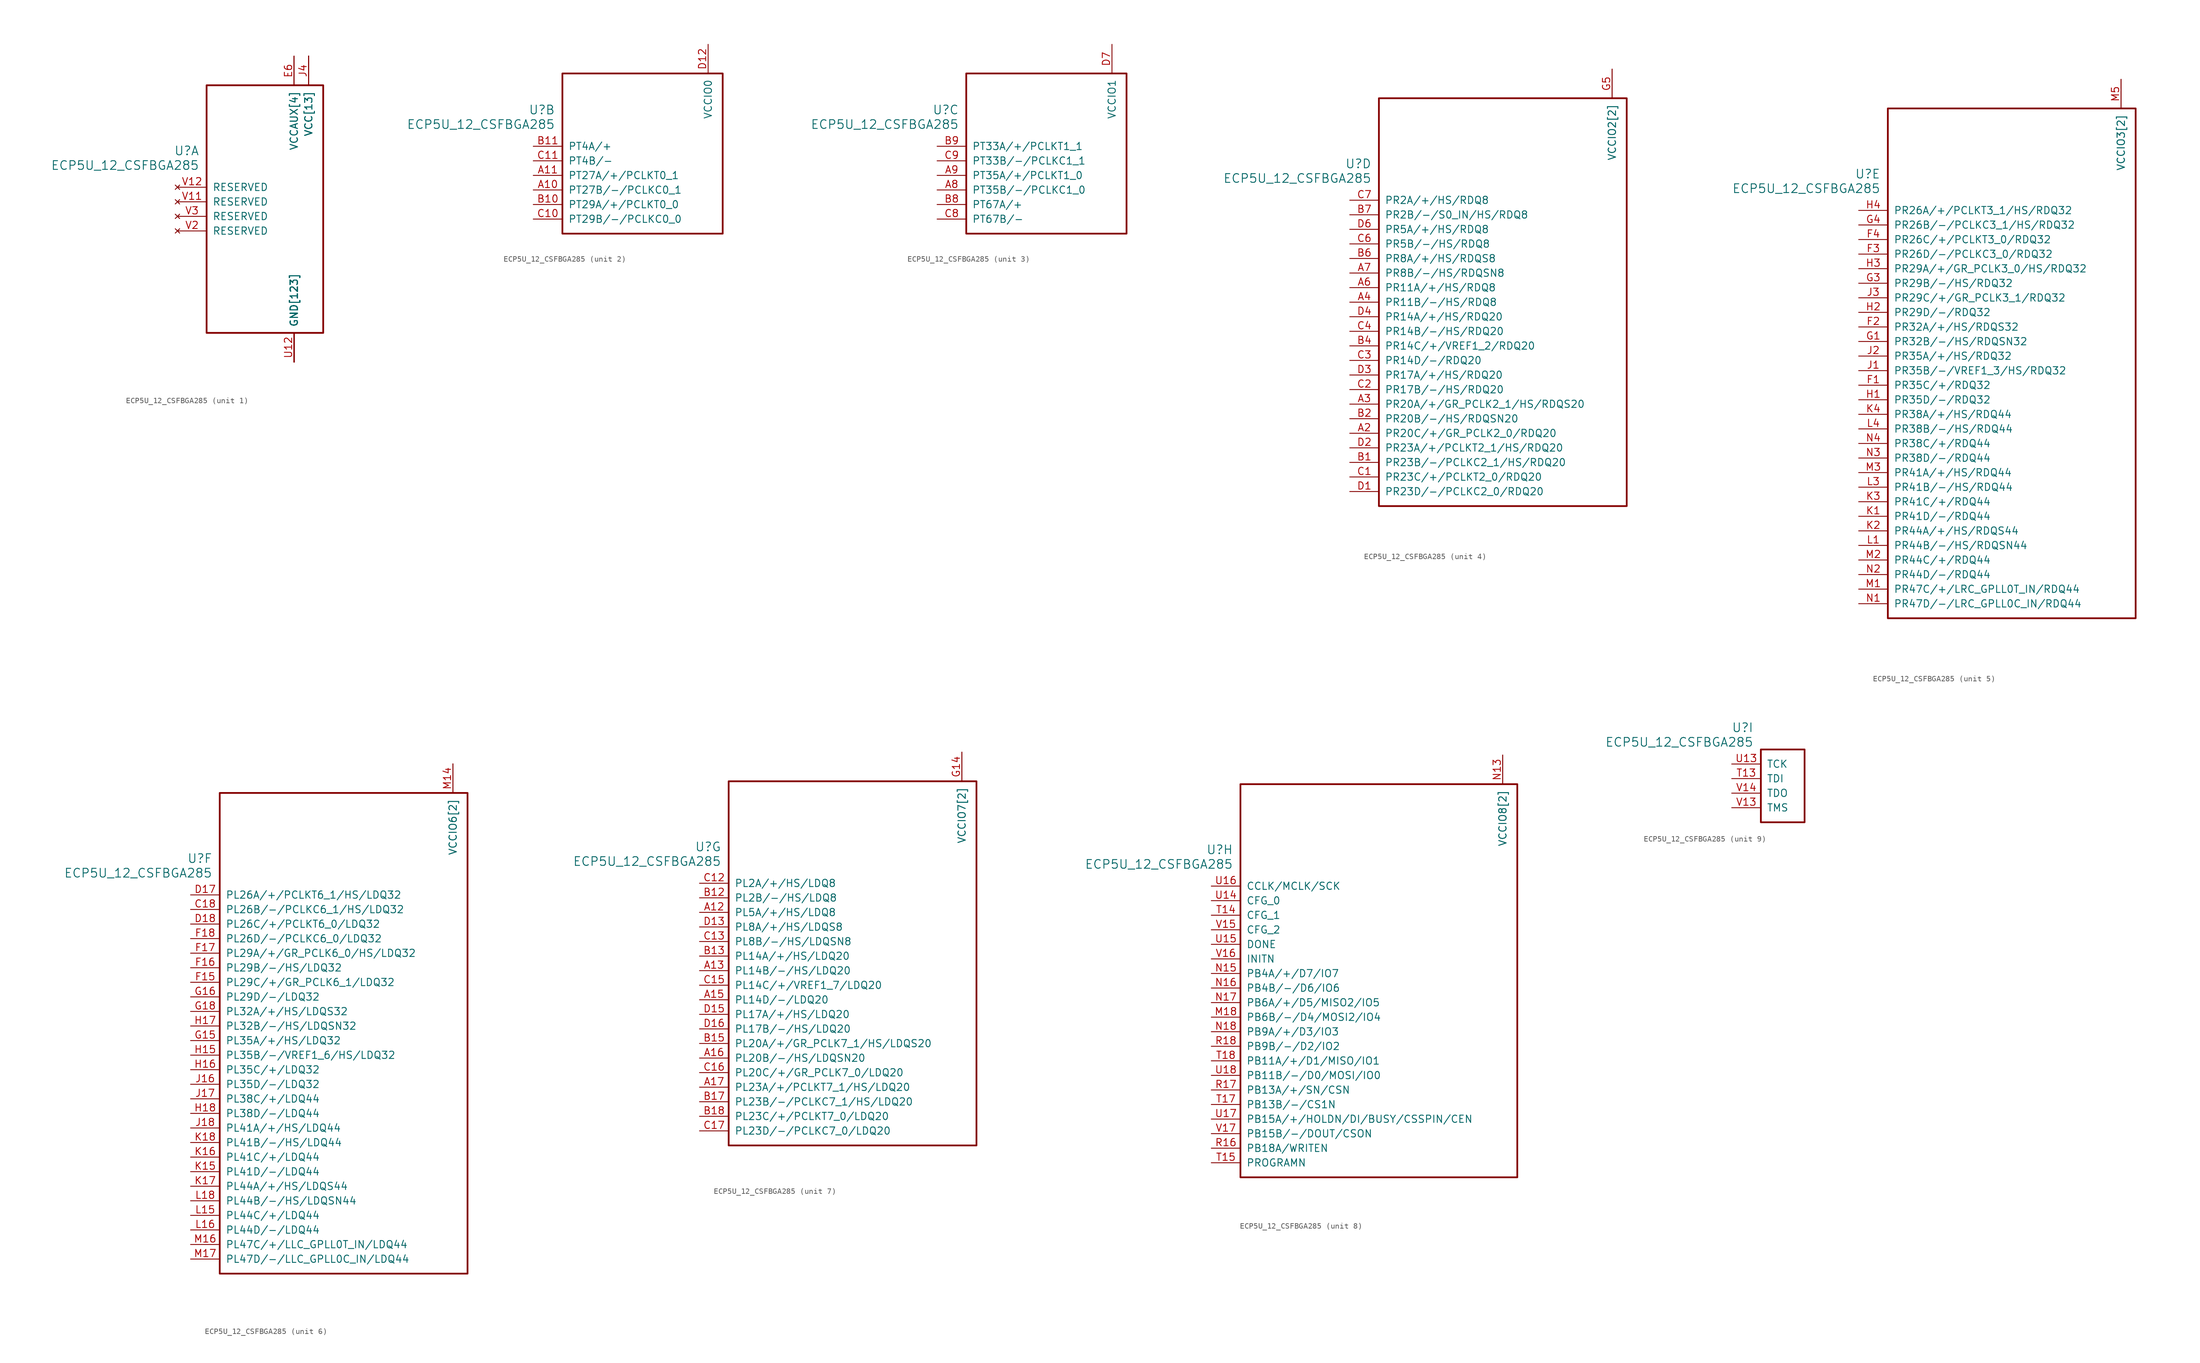
<source format=kicad_sym>
(kicad_symbol_lib
  (version 20241209)
  (generator "kicad_symbol_editor")
  (generator_version "9.0")
  (symbol "ECP5U_12_CSFBGA285"
    (pin_names
      (offset 1.016))
    (property "Reference" "U"
      (at 3.81 6.35 0)
      (effects (font (size 1.524 1.524)) (justify right)))
    (property "Value" "ECP5U_12_CSFBGA285"
      (at 3.81 3.81 0)
      (effects (font (size 1.524 1.524)) (justify right)))
    (property "ki_locked" ""
      (at 0 0 0)
      (effects (font (size 1.27 1.27))))
    (symbol "ECP5U_12_CSFBGA285_1_1"
      (rectangle (start 5.08 17.78) (end 25.4 -25.4) (stroke (width 0.305) (type solid)) (fill (type none)))
      (pin no_connect line (at 0 0 0) (length 5.08) (name "RESERVED" (effects (font (size 1.27 1.27)))) (number "V12" (effects (font (size 1.27 1.27)))))
      (pin no_connect line (at 0 -2.54 0) (length 5.08) (name "RESERVED" (effects (font (size 1.27 1.27)))) (number "V11" (effects (font (size 1.27 1.27)))))
      (pin no_connect line (at 0 -5.08 0) (length 5.08) (name "RESERVED" (effects (font (size 1.27 1.27)))) (number "V3" (effects (font (size 1.27 1.27)))))
      (pin no_connect line (at 0 -7.62 0) (length 5.08) (name "RESERVED" (effects (font (size 1.27 1.27)))) (number "V2" (effects (font (size 1.27 1.27)))))
      (pin power_in line (at 20.32 22.86 270) (length 5.08) (name "VCCAUX[4]" (effects (font (size 1.27 1.27)))) (number "E13" (effects (font (size 0 0)))))
      (pin power_in line (at 20.32 22.86 270) (length 5.08) (name "VCCAUX[4]" (effects (font (size 1.27 1.27)))) (number "E6" (effects (font (size 1.27 1.27)))))
      (pin power_in line (at 20.32 22.86 270) (length 5.08) (name "VCCAUX[4]" (effects (font (size 1.27 1.27)))) (number "N6" (effects (font (size 0 0)))))
      (pin power_in line (at 20.32 22.86 270) (length 5.08) (name "VCCAUX[4]" (effects (font (size 1.27 1.27)))) (number "P13" (effects (font (size 0 0)))))
      (pin power_in line (at 20.32 -30.48 90) (length 5.08) (name "GND[123]" (effects (font (size 1.27 1.27)))) (number "B16" (effects (font (size 0 0)))))
      (pin power_in line (at 20.32 -30.48 90) (length 5.08) (name "GND[123]" (effects (font (size 1.27 1.27)))) (number "B3" (effects (font (size 0 0)))))
      (pin power_in line (at 20.32 -30.48 90) (length 5.08) (name "GND[123]" (effects (font (size 1.27 1.27)))) (number "E10" (effects (font (size 0 0)))))
      (pin power_in line (at 20.32 -30.48 90) (length 5.08) (name "GND[123]" (effects (font (size 1.27 1.27)))) (number "E11" (effects (font (size 0 0)))))
      (pin power_in line (at 20.32 -30.48 90) (length 5.08) (name "GND[123]" (effects (font (size 1.27 1.27)))) (number "E12" (effects (font (size 0 0)))))
      (pin power_in line (at 20.32 -30.48 90) (length 5.08) (name "GND[123]" (effects (font (size 1.27 1.27)))) (number "E14" (effects (font (size 0 0)))))
      (pin power_in line (at 20.32 -30.48 90) (length 5.08) (name "GND[123]" (effects (font (size 1.27 1.27)))) (number "E5" (effects (font (size 0 0)))))
      (pin power_in line (at 20.32 -30.48 90) (length 5.08) (name "GND[123]" (effects (font (size 1.27 1.27)))) (number "E7" (effects (font (size 0 0)))))
      (pin power_in line (at 20.32 -30.48 90) (length 5.08) (name "GND[123]" (effects (font (size 1.27 1.27)))) (number "E8" (effects (font (size 0 0)))))
      (pin power_in line (at 20.32 -30.48 90) (length 5.08) (name "GND[123]" (effects (font (size 1.27 1.27)))) (number "E9" (effects (font (size 0 0)))))
      (pin power_in line (at 20.32 -30.48 90) (length 5.08) (name "GND[123]" (effects (font (size 1.27 1.27)))) (number "F10" (effects (font (size 0 0)))))
      (pin power_in line (at 20.32 -30.48 90) (length 5.08) (name "GND[123]" (effects (font (size 1.27 1.27)))) (number "F11" (effects (font (size 0 0)))))
      (pin power_in line (at 20.32 -30.48 90) (length 5.08) (name "GND[123]" (effects (font (size 1.27 1.27)))) (number "F12" (effects (font (size 0 0)))))
      (pin power_in line (at 20.32 -30.48 90) (length 5.08) (name "GND[123]" (effects (font (size 1.27 1.27)))) (number "F13" (effects (font (size 0 0)))))
      (pin power_in line (at 20.32 -30.48 90) (length 5.08) (name "GND[123]" (effects (font (size 1.27 1.27)))) (number "F14" (effects (font (size 0 0)))))
      (pin power_in line (at 20.32 -30.48 90) (length 5.08) (name "GND[123]" (effects (font (size 1.27 1.27)))) (number "F5" (effects (font (size 0 0)))))
      (pin power_in line (at 20.32 -30.48 90) (length 5.08) (name "GND[123]" (effects (font (size 1.27 1.27)))) (number "F6" (effects (font (size 0 0)))))
      (pin power_in line (at 20.32 -30.48 90) (length 5.08) (name "GND[123]" (effects (font (size 1.27 1.27)))) (number "F7" (effects (font (size 0 0)))))
      (pin power_in line (at 20.32 -30.48 90) (length 5.08) (name "GND[123]" (effects (font (size 1.27 1.27)))) (number "F8" (effects (font (size 0 0)))))
      (pin power_in line (at 20.32 -30.48 90) (length 5.08) (name "GND[123]" (effects (font (size 1.27 1.27)))) (number "F9" (effects (font (size 0 0)))))
      (pin power_in line (at 20.32 -30.48 90) (length 5.08) (name "GND[123]" (effects (font (size 1.27 1.27)))) (number "G10" (effects (font (size 0 0)))))
      (pin power_in line (at 20.32 -30.48 90) (length 5.08) (name "GND[123]" (effects (font (size 1.27 1.27)))) (number "G11" (effects (font (size 0 0)))))
      (pin power_in line (at 20.32 -30.48 90) (length 5.08) (name "GND[123]" (effects (font (size 1.27 1.27)))) (number "G12" (effects (font (size 0 0)))))
      (pin power_in line (at 20.32 -30.48 90) (length 5.08) (name "GND[123]" (effects (font (size 1.27 1.27)))) (number "G13" (effects (font (size 0 0)))))
      (pin power_in line (at 20.32 -30.48 90) (length 5.08) (name "GND[123]" (effects (font (size 1.27 1.27)))) (number "G17" (effects (font (size 0 0)))))
      (pin power_in line (at 20.32 -30.48 90) (length 5.08) (name "GND[123]" (effects (font (size 1.27 1.27)))) (number "G2" (effects (font (size 0 0)))))
      (pin power_in line (at 20.32 -30.48 90) (length 5.08) (name "GND[123]" (effects (font (size 1.27 1.27)))) (number "G6" (effects (font (size 0 0)))))
      (pin power_in line (at 20.32 -30.48 90) (length 5.08) (name "GND[123]" (effects (font (size 1.27 1.27)))) (number "G7" (effects (font (size 0 0)))))
      (pin power_in line (at 20.32 -30.48 90) (length 5.08) (name "GND[123]" (effects (font (size 1.27 1.27)))) (number "G8" (effects (font (size 0 0)))))
      (pin power_in line (at 20.32 -30.48 90) (length 5.08) (name "GND[123]" (effects (font (size 1.27 1.27)))) (number "G9" (effects (font (size 0 0)))))
      (pin power_in line (at 20.32 -30.48 90) (length 5.08) (name "GND[123]" (effects (font (size 1.27 1.27)))) (number "H10" (effects (font (size 0 0)))))
      (pin power_in line (at 20.32 -30.48 90) (length 5.08) (name "GND[123]" (effects (font (size 1.27 1.27)))) (number "H11" (effects (font (size 0 0)))))
      (pin power_in line (at 20.32 -30.48 90) (length 5.08) (name "GND[123]" (effects (font (size 1.27 1.27)))) (number "H12" (effects (font (size 0 0)))))
      (pin power_in line (at 20.32 -30.48 90) (length 5.08) (name "GND[123]" (effects (font (size 1.27 1.27)))) (number "H13" (effects (font (size 0 0)))))
      (pin power_in line (at 20.32 -30.48 90) (length 5.08) (name "GND[123]" (effects (font (size 1.27 1.27)))) (number "H6" (effects (font (size 0 0)))))
      (pin power_in line (at 20.32 -30.48 90) (length 5.08) (name "GND[123]" (effects (font (size 1.27 1.27)))) (number "H7" (effects (font (size 0 0)))))
      (pin power_in line (at 20.32 -30.48 90) (length 5.08) (name "GND[123]" (effects (font (size 1.27 1.27)))) (number "H8" (effects (font (size 0 0)))))
      (pin power_in line (at 20.32 -30.48 90) (length 5.08) (name "GND[123]" (effects (font (size 1.27 1.27)))) (number "H9" (effects (font (size 0 0)))))
      (pin power_in line (at 20.32 -30.48 90) (length 5.08) (name "GND[123]" (effects (font (size 1.27 1.27)))) (number "J10" (effects (font (size 0 0)))))
      (pin power_in line (at 20.32 -30.48 90) (length 5.08) (name "GND[123]" (effects (font (size 1.27 1.27)))) (number "J11" (effects (font (size 0 0)))))
      (pin power_in line (at 20.32 -30.48 90) (length 5.08) (name "GND[123]" (effects (font (size 1.27 1.27)))) (number "J12" (effects (font (size 0 0)))))
      (pin power_in line (at 20.32 -30.48 90) (length 5.08) (name "GND[123]" (effects (font (size 1.27 1.27)))) (number "J13" (effects (font (size 0 0)))))
      (pin power_in line (at 20.32 -30.48 90) (length 5.08) (name "GND[123]" (effects (font (size 1.27 1.27)))) (number "J6" (effects (font (size 0 0)))))
      (pin power_in line (at 20.32 -30.48 90) (length 5.08) (name "GND[123]" (effects (font (size 1.27 1.27)))) (number "J7" (effects (font (size 0 0)))))
      (pin power_in line (at 20.32 -30.48 90) (length 5.08) (name "GND[123]" (effects (font (size 1.27 1.27)))) (number "J8" (effects (font (size 0 0)))))
      (pin power_in line (at 20.32 -30.48 90) (length 5.08) (name "GND[123]" (effects (font (size 1.27 1.27)))) (number "J9" (effects (font (size 0 0)))))
      (pin power_in line (at 20.32 -30.48 90) (length 5.08) (name "GND[123]" (effects (font (size 1.27 1.27)))) (number "K10" (effects (font (size 0 0)))))
      (pin power_in line (at 20.32 -30.48 90) (length 5.08) (name "GND[123]" (effects (font (size 1.27 1.27)))) (number "K11" (effects (font (size 0 0)))))
      (pin power_in line (at 20.32 -30.48 90) (length 5.08) (name "GND[123]" (effects (font (size 1.27 1.27)))) (number "K12" (effects (font (size 0 0)))))
      (pin power_in line (at 20.32 -30.48 90) (length 5.08) (name "GND[123]" (effects (font (size 1.27 1.27)))) (number "K13" (effects (font (size 0 0)))))
      (pin power_in line (at 20.32 -30.48 90) (length 5.08) (name "GND[123]" (effects (font (size 1.27 1.27)))) (number "K14" (effects (font (size 0 0)))))
      (pin power_in line (at 20.32 -30.48 90) (length 5.08) (name "GND[123]" (effects (font (size 1.27 1.27)))) (number "K5" (effects (font (size 0 0)))))
      (pin power_in line (at 20.32 -30.48 90) (length 5.08) (name "GND[123]" (effects (font (size 1.27 1.27)))) (number "K6" (effects (font (size 0 0)))))
      (pin power_in line (at 20.32 -30.48 90) (length 5.08) (name "GND[123]" (effects (font (size 1.27 1.27)))) (number "K7" (effects (font (size 0 0)))))
      (pin power_in line (at 20.32 -30.48 90) (length 5.08) (name "GND[123]" (effects (font (size 1.27 1.27)))) (number "K8" (effects (font (size 0 0)))))
      (pin power_in line (at 20.32 -30.48 90) (length 5.08) (name "GND[123]" (effects (font (size 1.27 1.27)))) (number "K9" (effects (font (size 0 0)))))
      (pin power_in line (at 20.32 -30.48 90) (length 5.08) (name "GND[123]" (effects (font (size 1.27 1.27)))) (number "L10" (effects (font (size 0 0)))))
      (pin power_in line (at 20.32 -30.48 90) (length 5.08) (name "GND[123]" (effects (font (size 1.27 1.27)))) (number "L11" (effects (font (size 0 0)))))
      (pin power_in line (at 20.32 -30.48 90) (length 5.08) (name "GND[123]" (effects (font (size 1.27 1.27)))) (number "L12" (effects (font (size 0 0)))))
      (pin power_in line (at 20.32 -30.48 90) (length 5.08) (name "GND[123]" (effects (font (size 1.27 1.27)))) (number "L13" (effects (font (size 0 0)))))
      (pin power_in line (at 20.32 -30.48 90) (length 5.08) (name "GND[123]" (effects (font (size 1.27 1.27)))) (number "L14" (effects (font (size 0 0)))))
      (pin power_in line (at 20.32 -30.48 90) (length 5.08) (name "GND[123]" (effects (font (size 1.27 1.27)))) (number "L17" (effects (font (size 0 0)))))
      (pin power_in line (at 20.32 -30.48 90) (length 5.08) (name "GND[123]" (effects (font (size 1.27 1.27)))) (number "L2" (effects (font (size 0 0)))))
      (pin power_in line (at 20.32 -30.48 90) (length 5.08) (name "GND[123]" (effects (font (size 1.27 1.27)))) (number "L5" (effects (font (size 0 0)))))
      (pin power_in line (at 20.32 -30.48 90) (length 5.08) (name "GND[123]" (effects (font (size 1.27 1.27)))) (number "L6" (effects (font (size 0 0)))))
      (pin power_in line (at 20.32 -30.48 90) (length 5.08) (name "GND[123]" (effects (font (size 1.27 1.27)))) (number "L7" (effects (font (size 0 0)))))
      (pin power_in line (at 20.32 -30.48 90) (length 5.08) (name "GND[123]" (effects (font (size 1.27 1.27)))) (number "L8" (effects (font (size 0 0)))))
      (pin power_in line (at 20.32 -30.48 90) (length 5.08) (name "GND[123]" (effects (font (size 1.27 1.27)))) (number "L9" (effects (font (size 0 0)))))
      (pin power_in line (at 20.32 -30.48 90) (length 5.08) (name "GND[123]" (effects (font (size 1.27 1.27)))) (number "M10" (effects (font (size 0 0)))))
      (pin power_in line (at 20.32 -30.48 90) (length 5.08) (name "GND[123]" (effects (font (size 1.27 1.27)))) (number "M11" (effects (font (size 0 0)))))
      (pin power_in line (at 20.32 -30.48 90) (length 5.08) (name "GND[123]" (effects (font (size 1.27 1.27)))) (number "M12" (effects (font (size 0 0)))))
      (pin power_in line (at 20.32 -30.48 90) (length 5.08) (name "GND[123]" (effects (font (size 1.27 1.27)))) (number "M13" (effects (font (size 0 0)))))
      (pin power_in line (at 20.32 -30.48 90) (length 5.08) (name "GND[123]" (effects (font (size 1.27 1.27)))) (number "M6" (effects (font (size 0 0)))))
      (pin power_in line (at 20.32 -30.48 90) (length 5.08) (name "GND[123]" (effects (font (size 1.27 1.27)))) (number "M7" (effects (font (size 0 0)))))
      (pin power_in line (at 20.32 -30.48 90) (length 5.08) (name "GND[123]" (effects (font (size 1.27 1.27)))) (number "M8" (effects (font (size 0 0)))))
      (pin power_in line (at 20.32 -30.48 90) (length 5.08) (name "GND[123]" (effects (font (size 1.27 1.27)))) (number "M9" (effects (font (size 0 0)))))
      (pin power_in line (at 20.32 -30.48 90) (length 5.08) (name "GND[123]" (effects (font (size 1.27 1.27)))) (number "N10" (effects (font (size 0 0)))))
      (pin power_in line (at 20.32 -30.48 90) (length 5.08) (name "GND[123]" (effects (font (size 1.27 1.27)))) (number "N11" (effects (font (size 0 0)))))
      (pin power_in line (at 20.32 -30.48 90) (length 5.08) (name "GND[123]" (effects (font (size 1.27 1.27)))) (number "N12" (effects (font (size 0 0)))))
      (pin power_in line (at 20.32 -30.48 90) (length 5.08) (name "GND[123]" (effects (font (size 1.27 1.27)))) (number "N7" (effects (font (size 0 0)))))
      (pin power_in line (at 20.32 -30.48 90) (length 5.08) (name "GND[123]" (effects (font (size 1.27 1.27)))) (number "N8" (effects (font (size 0 0)))))
      (pin power_in line (at 20.32 -30.48 90) (length 5.08) (name "GND[123]" (effects (font (size 1.27 1.27)))) (number "N9" (effects (font (size 0 0)))))
      (pin power_in line (at 20.32 -30.48 90) (length 5.08) (name "GND[123]" (effects (font (size 1.27 1.27)))) (number "P10" (effects (font (size 0 0)))))
      (pin power_in line (at 20.32 -30.48 90) (length 5.08) (name "GND[123]" (effects (font (size 1.27 1.27)))) (number "P12" (effects (font (size 0 0)))))
      (pin power_in line (at 20.32 -30.48 90) (length 5.08) (name "GND[123]" (effects (font (size 1.27 1.27)))) (number "P5" (effects (font (size 0 0)))))
      (pin power_in line (at 20.32 -30.48 90) (length 5.08) (name "GND[123]" (effects (font (size 1.27 1.27)))) (number "P6" (effects (font (size 0 0)))))
      (pin power_in line (at 20.32 -30.48 90) (length 5.08) (name "GND[123]" (effects (font (size 1.27 1.27)))) (number "P8" (effects (font (size 0 0)))))
      (pin power_in line (at 20.32 -30.48 90) (length 5.08) (name "GND[123]" (effects (font (size 1.27 1.27)))) (number "R1" (effects (font (size 0 0)))))
      (pin power_in line (at 20.32 -30.48 90) (length 5.08) (name "GND[123]" (effects (font (size 1.27 1.27)))) (number "R10" (effects (font (size 0 0)))))
      (pin power_in line (at 20.32 -30.48 90) (length 5.08) (name "GND[123]" (effects (font (size 1.27 1.27)))) (number "R2" (effects (font (size 0 0)))))
      (pin power_in line (at 20.32 -30.48 90) (length 5.08) (name "GND[123]" (effects (font (size 1.27 1.27)))) (number "R3" (effects (font (size 0 0)))))
      (pin power_in line (at 20.32 -30.48 90) (length 5.08) (name "GND[123]" (effects (font (size 1.27 1.27)))) (number "T1" (effects (font (size 0 0)))))
      (pin power_in line (at 20.32 -30.48 90) (length 5.08) (name "GND[123]" (effects (font (size 1.27 1.27)))) (number "T10" (effects (font (size 0 0)))))
      (pin power_in line (at 20.32 -30.48 90) (length 5.08) (name "GND[123]" (effects (font (size 1.27 1.27)))) (number "T11" (effects (font (size 0 0)))))
      (pin power_in line (at 20.32 -30.48 90) (length 5.08) (name "GND[123]" (effects (font (size 1.27 1.27)))) (number "T12" (effects (font (size 0 0)))))
      (pin power_in line (at 20.32 -30.48 90) (length 5.08) (name "GND[123]" (effects (font (size 1.27 1.27)))) (number "T16" (effects (font (size 0 0)))))
      (pin power_in line (at 20.32 -30.48 90) (length 5.08) (name "GND[123]" (effects (font (size 1.27 1.27)))) (number "T2" (effects (font (size 0 0)))))
      (pin power_in line (at 20.32 -30.48 90) (length 5.08) (name "GND[123]" (effects (font (size 1.27 1.27)))) (number "T3" (effects (font (size 0 0)))))
      (pin power_in line (at 20.32 -30.48 90) (length 5.08) (name "GND[123]" (effects (font (size 1.27 1.27)))) (number "T4" (effects (font (size 0 0)))))
      (pin power_in line (at 20.32 -30.48 90) (length 5.08) (name "GND[123]" (effects (font (size 1.27 1.27)))) (number "T5" (effects (font (size 0 0)))))
      (pin power_in line (at 20.32 -30.48 90) (length 5.08) (name "GND[123]" (effects (font (size 1.27 1.27)))) (number "T6" (effects (font (size 0 0)))))
      (pin power_in line (at 20.32 -30.48 90) (length 5.08) (name "GND[123]" (effects (font (size 1.27 1.27)))) (number "T7" (effects (font (size 0 0)))))
      (pin power_in line (at 20.32 -30.48 90) (length 5.08) (name "GND[123]" (effects (font (size 1.27 1.27)))) (number "T8" (effects (font (size 0 0)))))
      (pin power_in line (at 20.32 -30.48 90) (length 5.08) (name "GND[123]" (effects (font (size 1.27 1.27)))) (number "T9" (effects (font (size 0 0)))))
      (pin power_in line (at 20.32 -30.48 90) (length 5.08) (name "GND[123]" (effects (font (size 1.27 1.27)))) (number "U1" (effects (font (size 0 0)))))
      (pin power_in line (at 20.32 -30.48 90) (length 5.08) (name "GND[123]" (effects (font (size 1.27 1.27)))) (number "U10" (effects (font (size 0 0)))))
      (pin power_in line (at 20.32 -30.48 90) (length 5.08) (name "GND[123]" (effects (font (size 1.27 1.27)))) (number "U11" (effects (font (size 0 0)))))
      (pin power_in line (at 20.32 -30.48 90) (length 5.08) (name "GND[123]" (effects (font (size 1.27 1.27)))) (number "U12" (effects (font (size 1.27 1.27)))))
      (pin power_in line (at 20.32 -30.48 90) (length 5.08) (name "GND[123]" (effects (font (size 1.27 1.27)))) (number "U2" (effects (font (size 0 0)))))
      (pin power_in line (at 20.32 -30.48 90) (length 5.08) (name "GND[123]" (effects (font (size 1.27 1.27)))) (number "U3" (effects (font (size 0 0)))))
      (pin power_in line (at 20.32 -30.48 90) (length 5.08) (name "GND[123]" (effects (font (size 1.27 1.27)))) (number "U4" (effects (font (size 0 0)))))
      (pin power_in line (at 20.32 -30.48 90) (length 5.08) (name "GND[123]" (effects (font (size 1.27 1.27)))) (number "U5" (effects (font (size 0 0)))))
      (pin power_in line (at 20.32 -30.48 90) (length 5.08) (name "GND[123]" (effects (font (size 1.27 1.27)))) (number "U6" (effects (font (size 0 0)))))
      (pin power_in line (at 20.32 -30.48 90) (length 5.08) (name "GND[123]" (effects (font (size 1.27 1.27)))) (number "U7" (effects (font (size 0 0)))))
      (pin power_in line (at 20.32 -30.48 90) (length 5.08) (name "GND[123]" (effects (font (size 1.27 1.27)))) (number "U8" (effects (font (size 0 0)))))
      (pin power_in line (at 20.32 -30.48 90) (length 5.08) (name "GND[123]" (effects (font (size 1.27 1.27)))) (number "U9" (effects (font (size 0 0)))))
      (pin power_in line (at 20.32 -30.48 90) (length 5.08) (name "GND[123]" (effects (font (size 1.27 1.27)))) (number "V10" (effects (font (size 0 0)))))
      (pin power_in line (at 20.32 -30.48 90) (length 5.08) (name "GND[123]" (effects (font (size 1.27 1.27)))) (number "V4" (effects (font (size 0 0)))))
      (pin power_in line (at 20.32 -30.48 90) (length 5.08) (name "GND[123]" (effects (font (size 1.27 1.27)))) (number "V5" (effects (font (size 0 0)))))
      (pin power_in line (at 20.32 -30.48 90) (length 5.08) (name "GND[123]" (effects (font (size 1.27 1.27)))) (number "V6" (effects (font (size 0 0)))))
      (pin power_in line (at 20.32 -30.48 90) (length 5.08) (name "GND[123]" (effects (font (size 1.27 1.27)))) (number "V7" (effects (font (size 0 0)))))
      (pin power_in line (at 20.32 -30.48 90) (length 5.08) (name "GND[123]" (effects (font (size 1.27 1.27)))) (number "V8" (effects (font (size 0 0)))))
      (pin power_in line (at 20.32 -30.48 90) (length 5.08) (name "GND[123]" (effects (font (size 1.27 1.27)))) (number "V9" (effects (font (size 0 0)))))
      (pin power_in line (at 22.86 22.86 270) (length 5.08) (name "VCC[13]" (effects (font (size 1.27 1.27)))) (number "D10" (effects (font (size 0 0)))))
      (pin power_in line (at 22.86 22.86 270) (length 5.08) (name "VCC[13]" (effects (font (size 1.27 1.27)))) (number "D11" (effects (font (size 0 0)))))
      (pin power_in line (at 22.86 22.86 270) (length 5.08) (name "VCC[13]" (effects (font (size 1.27 1.27)))) (number "D8" (effects (font (size 0 0)))))
      (pin power_in line (at 22.86 22.86 270) (length 5.08) (name "VCC[13]" (effects (font (size 1.27 1.27)))) (number "D9" (effects (font (size 0 0)))))
      (pin power_in line (at 22.86 22.86 270) (length 5.08) (name "VCC[13]" (effects (font (size 1.27 1.27)))) (number "J14" (effects (font (size 0 0)))))
      (pin power_in line (at 22.86 22.86 270) (length 5.08) (name "VCC[13]" (effects (font (size 1.27 1.27)))) (number "J15" (effects (font (size 0 0)))))
      (pin power_in line (at 22.86 22.86 270) (length 5.08) (name "VCC[13]" (effects (font (size 1.27 1.27)))) (number "J4" (effects (font (size 1.27 1.27)))))
      (pin power_in line (at 22.86 22.86 270) (length 5.08) (name "VCC[13]" (effects (font (size 1.27 1.27)))) (number "J5" (effects (font (size 0 0)))))
      (pin power_in line (at 22.86 22.86 270) (length 5.08) (name "VCC[13]" (effects (font (size 1.27 1.27)))) (number "M15" (effects (font (size 0 0)))))
      (pin power_in line (at 22.86 22.86 270) (length 5.08) (name "VCC[13]" (effects (font (size 1.27 1.27)))) (number "M4" (effects (font (size 0 0)))))
      (pin power_in line (at 22.86 22.86 270) (length 5.08) (name "VCC[13]" (effects (font (size 1.27 1.27)))) (number "P11" (effects (font (size 0 0)))))
      (pin power_in line (at 22.86 22.86 270) (length 5.08) (name "VCC[13]" (effects (font (size 1.27 1.27)))) (number "P7" (effects (font (size 0 0)))))
      (pin power_in line (at 22.86 22.86 270) (length 5.08) (name "VCC[13]" (effects (font (size 1.27 1.27)))) (number "P9" (effects (font (size 0 0))))))
    (symbol "ECP5U_12_CSFBGA285_2_1"
      (rectangle (start 5.08 12.7) (end 33.02 -15.24) (stroke (width 0.305) (type solid)) (fill (type none)))
      (pin bidirectional line (at 0 0 0) (length 5.08) (name "PT4A/+" (effects (font (size 1.27 1.27)))) (number "B11" (effects (font (size 1.27 1.27)))))
      (pin bidirectional line (at 0 -2.54 0) (length 5.08) (name "PT4B/-" (effects (font (size 1.27 1.27)))) (number "C11" (effects (font (size 1.27 1.27)))))
      (pin bidirectional line (at 0 -5.08 0) (length 5.08) (name "PT27A/+/PCLKT0_1" (effects (font (size 1.27 1.27)))) (number "A11" (effects (font (size 1.27 1.27)))))
      (pin bidirectional line (at 0 -7.62 0) (length 5.08) (name "PT27B/-/PCLKC0_1" (effects (font (size 1.27 1.27)))) (number "A10" (effects (font (size 1.27 1.27)))))
      (pin bidirectional line (at 0 -10.16 0) (length 5.08) (name "PT29A/+/PCLKT0_0" (effects (font (size 1.27 1.27)))) (number "B10" (effects (font (size 1.27 1.27)))))
      (pin bidirectional line (at 0 -12.7 0) (length 5.08) (name "PT29B/-/PCLKC0_0" (effects (font (size 1.27 1.27)))) (number "C10" (effects (font (size 1.27 1.27)))))
      (pin power_in line (at 30.48 17.78 270) (length 5.08) (name "VCCIO0" (effects (font (size 1.27 1.27)))) (number "D12" (effects (font (size 1.27 1.27))))))
    (symbol "ECP5U_12_CSFBGA285_3_1"
      (rectangle (start 5.08 12.7) (end 33.02 -15.24) (stroke (width 0.305) (type solid)) (fill (type none)))
      (pin bidirectional line (at 0 0 0) (length 5.08) (name "PT33A/+/PCLKT1_1" (effects (font (size 1.27 1.27)))) (number "B9" (effects (font (size 1.27 1.27)))))
      (pin bidirectional line (at 0 -2.54 0) (length 5.08) (name "PT33B/-/PCLKC1_1" (effects (font (size 1.27 1.27)))) (number "C9" (effects (font (size 1.27 1.27)))))
      (pin bidirectional line (at 0 -5.08 0) (length 5.08) (name "PT35A/+/PCLKT1_0" (effects (font (size 1.27 1.27)))) (number "A9" (effects (font (size 1.27 1.27)))))
      (pin bidirectional line (at 0 -7.62 0) (length 5.08) (name "PT35B/-/PCLKC1_0" (effects (font (size 1.27 1.27)))) (number "A8" (effects (font (size 1.27 1.27)))))
      (pin bidirectional line (at 0 -10.16 0) (length 5.08) (name "PT67A/+" (effects (font (size 1.27 1.27)))) (number "B8" (effects (font (size 1.27 1.27)))))
      (pin bidirectional line (at 0 -12.7 0) (length 5.08) (name "PT67B/-" (effects (font (size 1.27 1.27)))) (number "C8" (effects (font (size 1.27 1.27)))))
      (pin power_in line (at 30.48 17.78 270) (length 5.08) (name "VCCIO1" (effects (font (size 1.27 1.27)))) (number "D7" (effects (font (size 1.27 1.27))))))
    (symbol "ECP5U_12_CSFBGA285_4_1"
      (rectangle (start 5.08 17.78) (end 48.26 -53.34) (stroke (width 0.305) (type solid)) (fill (type none)))
      (pin bidirectional line (at 0 0 0) (length 5.08) (name "PR2A/+/HS/RDQ8" (effects (font (size 1.27 1.27)))) (number "C7" (effects (font (size 1.27 1.27)))))
      (pin bidirectional line (at 0 -2.54 0) (length 5.08) (name "PR2B/-/S0_IN/HS/RDQ8" (effects (font (size 1.27 1.27)))) (number "B7" (effects (font (size 1.27 1.27)))))
      (pin bidirectional line (at 0 -5.08 0) (length 5.08) (name "PR5A/+/HS/RDQ8" (effects (font (size 1.27 1.27)))) (number "D6" (effects (font (size 1.27 1.27)))))
      (pin bidirectional line (at 0 -7.62 0) (length 5.08) (name "PR5B/-/HS/RDQ8" (effects (font (size 1.27 1.27)))) (number "C6" (effects (font (size 1.27 1.27)))))
      (pin bidirectional line (at 0 -10.16 0) (length 5.08) (name "PR8A/+/HS/RDQS8" (effects (font (size 1.27 1.27)))) (number "B6" (effects (font (size 1.27 1.27)))))
      (pin bidirectional line (at 0 -12.7 0) (length 5.08) (name "PR8B/-/HS/RDQSN8" (effects (font (size 1.27 1.27)))) (number "A7" (effects (font (size 1.27 1.27)))))
      (pin bidirectional line (at 0 -15.24 0) (length 5.08) (name "PR11A/+/HS/RDQ8" (effects (font (size 1.27 1.27)))) (number "A6" (effects (font (size 1.27 1.27)))))
      (pin bidirectional line (at 0 -17.78 0) (length 5.08) (name "PR11B/-/HS/RDQ8" (effects (font (size 1.27 1.27)))) (number "A4" (effects (font (size 1.27 1.27)))))
      (pin bidirectional line (at 0 -20.32 0) (length 5.08) (name "PR14A/+/HS/RDQ20" (effects (font (size 1.27 1.27)))) (number "D4" (effects (font (size 1.27 1.27)))))
      (pin bidirectional line (at 0 -22.86 0) (length 5.08) (name "PR14B/-/HS/RDQ20" (effects (font (size 1.27 1.27)))) (number "C4" (effects (font (size 1.27 1.27)))))
      (pin bidirectional line (at 0 -25.4 0) (length 5.08) (name "PR14C/+/VREF1_2/RDQ20" (effects (font (size 1.27 1.27)))) (number "B4" (effects (font (size 1.27 1.27)))))
      (pin bidirectional line (at 0 -27.94 0) (length 5.08) (name "PR14D/-/RDQ20" (effects (font (size 1.27 1.27)))) (number "C3" (effects (font (size 1.27 1.27)))))
      (pin bidirectional line (at 0 -30.48 0) (length 5.08) (name "PR17A/+/HS/RDQ20" (effects (font (size 1.27 1.27)))) (number "D3" (effects (font (size 1.27 1.27)))))
      (pin bidirectional line (at 0 -33.02 0) (length 5.08) (name "PR17B/-/HS/RDQ20" (effects (font (size 1.27 1.27)))) (number "C2" (effects (font (size 1.27 1.27)))))
      (pin bidirectional line (at 0 -35.56 0) (length 5.08) (name "PR20A/+/GR_PCLK2_1/HS/RDQS20" (effects (font (size 1.27 1.27)))) (number "A3" (effects (font (size 1.27 1.27)))))
      (pin bidirectional line (at 0 -38.1 0) (length 5.08) (name "PR20B/-/HS/RDQSN20" (effects (font (size 1.27 1.27)))) (number "B2" (effects (font (size 1.27 1.27)))))
      (pin bidirectional line (at 0 -40.64 0) (length 5.08) (name "PR20C/+/GR_PCLK2_0/RDQ20" (effects (font (size 1.27 1.27)))) (number "A2" (effects (font (size 1.27 1.27)))))
      (pin bidirectional line (at 0 -43.18 0) (length 5.08) (name "PR23A/+/PCLKT2_1/HS/RDQ20" (effects (font (size 1.27 1.27)))) (number "D2" (effects (font (size 1.27 1.27)))))
      (pin bidirectional line (at 0 -45.72 0) (length 5.08) (name "PR23B/-/PCLKC2_1/HS/RDQ20" (effects (font (size 1.27 1.27)))) (number "B1" (effects (font (size 1.27 1.27)))))
      (pin bidirectional line (at 0 -48.26 0) (length 5.08) (name "PR23C/+/PCLKT2_0/RDQ20" (effects (font (size 1.27 1.27)))) (number "C1" (effects (font (size 1.27 1.27)))))
      (pin bidirectional line (at 0 -50.8 0) (length 5.08) (name "PR23D/-/PCLKC2_0/RDQ20" (effects (font (size 1.27 1.27)))) (number "D1" (effects (font (size 1.27 1.27)))))
      (pin power_in line (at 45.72 22.86 270) (length 5.08) (name "VCCIO2[2]" (effects (font (size 1.27 1.27)))) (number "G5" (effects (font (size 1.27 1.27)))))
      (pin power_in line (at 45.72 22.86 270) (length 5.08) (name "VCCIO2[2]" (effects (font (size 1.27 1.27)))) (number "H5" (effects (font (size 0 0))))))
    (symbol "ECP5U_12_CSFBGA285_5_1"
      (rectangle (start 5.08 17.78) (end 48.26 -71.12) (stroke (width 0.305) (type solid)) (fill (type none)))
      (pin bidirectional line (at 0 0 0) (length 5.08) (name "PR26A/+/PCLKT3_1/HS/RDQ32" (effects (font (size 1.27 1.27)))) (number "H4" (effects (font (size 1.27 1.27)))))
      (pin bidirectional line (at 0 -2.54 0) (length 5.08) (name "PR26B/-/PCLKC3_1/HS/RDQ32" (effects (font (size 1.27 1.27)))) (number "G4" (effects (font (size 1.27 1.27)))))
      (pin bidirectional line (at 0 -5.08 0) (length 5.08) (name "PR26C/+/PCLKT3_0/RDQ32" (effects (font (size 1.27 1.27)))) (number "F4" (effects (font (size 1.27 1.27)))))
      (pin bidirectional line (at 0 -7.62 0) (length 5.08) (name "PR26D/-/PCLKC3_0/RDQ32" (effects (font (size 1.27 1.27)))) (number "F3" (effects (font (size 1.27 1.27)))))
      (pin bidirectional line (at 0 -10.16 0) (length 5.08) (name "PR29A/+/GR_PCLK3_0/HS/RDQ32" (effects (font (size 1.27 1.27)))) (number "H3" (effects (font (size 1.27 1.27)))))
      (pin bidirectional line (at 0 -12.7 0) (length 5.08) (name "PR29B/-/HS/RDQ32" (effects (font (size 1.27 1.27)))) (number "G3" (effects (font (size 1.27 1.27)))))
      (pin bidirectional line (at 0 -15.24 0) (length 5.08) (name "PR29C/+/GR_PCLK3_1/RDQ32" (effects (font (size 1.27 1.27)))) (number "J3" (effects (font (size 1.27 1.27)))))
      (pin bidirectional line (at 0 -17.78 0) (length 5.08) (name "PR29D/-/RDQ32" (effects (font (size 1.27 1.27)))) (number "H2" (effects (font (size 1.27 1.27)))))
      (pin bidirectional line (at 0 -20.32 0) (length 5.08) (name "PR32A/+/HS/RDQS32" (effects (font (size 1.27 1.27)))) (number "F2" (effects (font (size 1.27 1.27)))))
      (pin bidirectional line (at 0 -22.86 0) (length 5.08) (name "PR32B/-/HS/RDQSN32" (effects (font (size 1.27 1.27)))) (number "G1" (effects (font (size 1.27 1.27)))))
      (pin bidirectional line (at 0 -25.4 0) (length 5.08) (name "PR35A/+/HS/RDQ32" (effects (font (size 1.27 1.27)))) (number "J2" (effects (font (size 1.27 1.27)))))
      (pin bidirectional line (at 0 -27.94 0) (length 5.08) (name "PR35B/-/VREF1_3/HS/RDQ32" (effects (font (size 1.27 1.27)))) (number "J1" (effects (font (size 1.27 1.27)))))
      (pin bidirectional line (at 0 -30.48 0) (length 5.08) (name "PR35C/+/RDQ32" (effects (font (size 1.27 1.27)))) (number "F1" (effects (font (size 1.27 1.27)))))
      (pin bidirectional line (at 0 -33.02 0) (length 5.08) (name "PR35D/-/RDQ32" (effects (font (size 1.27 1.27)))) (number "H1" (effects (font (size 1.27 1.27)))))
      (pin bidirectional line (at 0 -35.56 0) (length 5.08) (name "PR38A/+/HS/RDQ44" (effects (font (size 1.27 1.27)))) (number "K4" (effects (font (size 1.27 1.27)))))
      (pin bidirectional line (at 0 -38.1 0) (length 5.08) (name "PR38B/-/HS/RDQ44" (effects (font (size 1.27 1.27)))) (number "L4" (effects (font (size 1.27 1.27)))))
      (pin bidirectional line (at 0 -40.64 0) (length 5.08) (name "PR38C/+/RDQ44" (effects (font (size 1.27 1.27)))) (number "N4" (effects (font (size 1.27 1.27)))))
      (pin bidirectional line (at 0 -43.18 0) (length 5.08) (name "PR38D/-/RDQ44" (effects (font (size 1.27 1.27)))) (number "N3" (effects (font (size 1.27 1.27)))))
      (pin bidirectional line (at 0 -45.72 0) (length 5.08) (name "PR41A/+/HS/RDQ44" (effects (font (size 1.27 1.27)))) (number "M3" (effects (font (size 1.27 1.27)))))
      (pin bidirectional line (at 0 -48.26 0) (length 5.08) (name "PR41B/-/HS/RDQ44" (effects (font (size 1.27 1.27)))) (number "L3" (effects (font (size 1.27 1.27)))))
      (pin bidirectional line (at 0 -50.8 0) (length 5.08) (name "PR41C/+/RDQ44" (effects (font (size 1.27 1.27)))) (number "K3" (effects (font (size 1.27 1.27)))))
      (pin bidirectional line (at 0 -53.34 0) (length 5.08) (name "PR41D/-/RDQ44" (effects (font (size 1.27 1.27)))) (number "K1" (effects (font (size 1.27 1.27)))))
      (pin bidirectional line (at 0 -55.88 0) (length 5.08) (name "PR44A/+/HS/RDQS44" (effects (font (size 1.27 1.27)))) (number "K2" (effects (font (size 1.27 1.27)))))
      (pin bidirectional line (at 0 -58.42 0) (length 5.08) (name "PR44B/-/HS/RDQSN44" (effects (font (size 1.27 1.27)))) (number "L1" (effects (font (size 1.27 1.27)))))
      (pin bidirectional line (at 0 -60.96 0) (length 5.08) (name "PR44C/+/RDQ44" (effects (font (size 1.27 1.27)))) (number "M2" (effects (font (size 1.27 1.27)))))
      (pin bidirectional line (at 0 -63.5 0) (length 5.08) (name "PR44D/-/RDQ44" (effects (font (size 1.27 1.27)))) (number "N2" (effects (font (size 1.27 1.27)))))
      (pin bidirectional line (at 0 -66.04 0) (length 5.08) (name "PR47C/+/LRC_GPLL0T_IN/RDQ44" (effects (font (size 1.27 1.27)))) (number "M1" (effects (font (size 1.27 1.27)))))
      (pin bidirectional line (at 0 -68.58 0) (length 5.08) (name "PR47D/-/LRC_GPLL0C_IN/RDQ44" (effects (font (size 1.27 1.27)))) (number "N1" (effects (font (size 1.27 1.27)))))
      (pin power_in line (at 45.72 22.86 270) (length 5.08) (name "VCCIO3[2]" (effects (font (size 1.27 1.27)))) (number "M5" (effects (font (size 1.27 1.27)))))
      (pin power_in line (at 45.72 22.86 270) (length 5.08) (name "VCCIO3[2]" (effects (font (size 1.27 1.27)))) (number "N5" (effects (font (size 0 0))))))
    (symbol "ECP5U_12_CSFBGA285_6_1"
      (rectangle (start 5.08 17.78) (end 48.26 -66.04) (stroke (width 0.305) (type solid)) (fill (type none)))
      (pin bidirectional line (at 0 0 0) (length 5.08) (name "PL26A/+/PCLKT6_1/HS/LDQ32" (effects (font (size 1.27 1.27)))) (number "D17" (effects (font (size 1.27 1.27)))))
      (pin bidirectional line (at 0 -2.54 0) (length 5.08) (name "PL26B/-/PCLKC6_1/HS/LDQ32" (effects (font (size 1.27 1.27)))) (number "C18" (effects (font (size 1.27 1.27)))))
      (pin bidirectional line (at 0 -5.08 0) (length 5.08) (name "PL26C/+/PCLKT6_0/LDQ32" (effects (font (size 1.27 1.27)))) (number "D18" (effects (font (size 1.27 1.27)))))
      (pin bidirectional line (at 0 -7.62 0) (length 5.08) (name "PL26D/-/PCLKC6_0/LDQ32" (effects (font (size 1.27 1.27)))) (number "F18" (effects (font (size 1.27 1.27)))))
      (pin bidirectional line (at 0 -10.16 0) (length 5.08) (name "PL29A/+/GR_PCLK6_0/HS/LDQ32" (effects (font (size 1.27 1.27)))) (number "F17" (effects (font (size 1.27 1.27)))))
      (pin bidirectional line (at 0 -12.7 0) (length 5.08) (name "PL29B/-/HS/LDQ32" (effects (font (size 1.27 1.27)))) (number "F16" (effects (font (size 1.27 1.27)))))
      (pin bidirectional line (at 0 -15.24 0) (length 5.08) (name "PL29C/+/GR_PCLK6_1/LDQ32" (effects (font (size 1.27 1.27)))) (number "F15" (effects (font (size 1.27 1.27)))))
      (pin bidirectional line (at 0 -17.78 0) (length 5.08) (name "PL29D/-/LDQ32" (effects (font (size 1.27 1.27)))) (number "G16" (effects (font (size 1.27 1.27)))))
      (pin bidirectional line (at 0 -20.32 0) (length 5.08) (name "PL32A/+/HS/LDQS32" (effects (font (size 1.27 1.27)))) (number "G18" (effects (font (size 1.27 1.27)))))
      (pin bidirectional line (at 0 -22.86 0) (length 5.08) (name "PL32B/-/HS/LDQSN32" (effects (font (size 1.27 1.27)))) (number "H17" (effects (font (size 1.27 1.27)))))
      (pin bidirectional line (at 0 -25.4 0) (length 5.08) (name "PL35A/+/HS/LDQ32" (effects (font (size 1.27 1.27)))) (number "G15" (effects (font (size 1.27 1.27)))))
      (pin bidirectional line (at 0 -27.94 0) (length 5.08) (name "PL35B/-/VREF1_6/HS/LDQ32" (effects (font (size 1.27 1.27)))) (number "H15" (effects (font (size 1.27 1.27)))))
      (pin bidirectional line (at 0 -30.48 0) (length 5.08) (name "PL35C/+/LDQ32" (effects (font (size 1.27 1.27)))) (number "H16" (effects (font (size 1.27 1.27)))))
      (pin bidirectional line (at 0 -33.02 0) (length 5.08) (name "PL35D/-/LDQ32" (effects (font (size 1.27 1.27)))) (number "J16" (effects (font (size 1.27 1.27)))))
      (pin bidirectional line (at 0 -35.56 0) (length 5.08) (name "PL38C/+/LDQ44" (effects (font (size 1.27 1.27)))) (number "J17" (effects (font (size 1.27 1.27)))))
      (pin bidirectional line (at 0 -38.1 0) (length 5.08) (name "PL38D/-/LDQ44" (effects (font (size 1.27 1.27)))) (number "H18" (effects (font (size 1.27 1.27)))))
      (pin bidirectional line (at 0 -40.64 0) (length 5.08) (name "PL41A/+/HS/LDQ44" (effects (font (size 1.27 1.27)))) (number "J18" (effects (font (size 1.27 1.27)))))
      (pin bidirectional line (at 0 -43.18 0) (length 5.08) (name "PL41B/-/HS/LDQ44" (effects (font (size 1.27 1.27)))) (number "K18" (effects (font (size 1.27 1.27)))))
      (pin bidirectional line (at 0 -45.72 0) (length 5.08) (name "PL41C/+/LDQ44" (effects (font (size 1.27 1.27)))) (number "K16" (effects (font (size 1.27 1.27)))))
      (pin bidirectional line (at 0 -48.26 0) (length 5.08) (name "PL41D/-/LDQ44" (effects (font (size 1.27 1.27)))) (number "K15" (effects (font (size 1.27 1.27)))))
      (pin bidirectional line (at 0 -50.8 0) (length 5.08) (name "PL44A/+/HS/LDQS44" (effects (font (size 1.27 1.27)))) (number "K17" (effects (font (size 1.27 1.27)))))
      (pin bidirectional line (at 0 -53.34 0) (length 5.08) (name "PL44B/-/HS/LDQSN44" (effects (font (size 1.27 1.27)))) (number "L18" (effects (font (size 1.27 1.27)))))
      (pin bidirectional line (at 0 -55.88 0) (length 5.08) (name "PL44C/+/LDQ44" (effects (font (size 1.27 1.27)))) (number "L15" (effects (font (size 1.27 1.27)))))
      (pin bidirectional line (at 0 -58.42 0) (length 5.08) (name "PL44D/-/LDQ44" (effects (font (size 1.27 1.27)))) (number "L16" (effects (font (size 1.27 1.27)))))
      (pin bidirectional line (at 0 -60.96 0) (length 5.08) (name "PL47C/+/LLC_GPLL0T_IN/LDQ44" (effects (font (size 1.27 1.27)))) (number "M16" (effects (font (size 1.27 1.27)))))
      (pin bidirectional line (at 0 -63.5 0) (length 5.08) (name "PL47D/-/LLC_GPLL0C_IN/LDQ44" (effects (font (size 1.27 1.27)))) (number "M17" (effects (font (size 1.27 1.27)))))
      (pin power_in line (at 45.72 22.86 270) (length 5.08) (name "VCCIO6[2]" (effects (font (size 1.27 1.27)))) (number "M14" (effects (font (size 1.27 1.27)))))
      (pin power_in line (at 45.72 22.86 270) (length 5.08) (name "VCCIO6[2]" (effects (font (size 1.27 1.27)))) (number "N14" (effects (font (size 0 0))))))
    (symbol "ECP5U_12_CSFBGA285_7_1"
      (rectangle (start 5.08 17.78) (end 48.26 -45.72) (stroke (width 0.305) (type solid)) (fill (type none)))
      (pin bidirectional line (at 0 0 0) (length 5.08) (name "PL2A/+/HS/LDQ8" (effects (font (size 1.27 1.27)))) (number "C12" (effects (font (size 1.27 1.27)))))
      (pin bidirectional line (at 0 -2.54 0) (length 5.08) (name "PL2B/-/HS/LDQ8" (effects (font (size 1.27 1.27)))) (number "B12" (effects (font (size 1.27 1.27)))))
      (pin bidirectional line (at 0 -5.08 0) (length 5.08) (name "PL5A/+/HS/LDQ8" (effects (font (size 1.27 1.27)))) (number "A12" (effects (font (size 1.27 1.27)))))
      (pin bidirectional line (at 0 -7.62 0) (length 5.08) (name "PL8A/+/HS/LDQS8" (effects (font (size 1.27 1.27)))) (number "D13" (effects (font (size 1.27 1.27)))))
      (pin bidirectional line (at 0 -10.16 0) (length 5.08) (name "PL8B/-/HS/LDQSN8" (effects (font (size 1.27 1.27)))) (number "C13" (effects (font (size 1.27 1.27)))))
      (pin bidirectional line (at 0 -12.7 0) (length 5.08) (name "PL14A/+/HS/LDQ20" (effects (font (size 1.27 1.27)))) (number "B13" (effects (font (size 1.27 1.27)))))
      (pin bidirectional line (at 0 -15.24 0) (length 5.08) (name "PL14B/-/HS/LDQ20" (effects (font (size 1.27 1.27)))) (number "A13" (effects (font (size 1.27 1.27)))))
      (pin bidirectional line (at 0 -17.78 0) (length 5.08) (name "PL14C/+/VREF1_7/LDQ20" (effects (font (size 1.27 1.27)))) (number "C15" (effects (font (size 1.27 1.27)))))
      (pin bidirectional line (at 0 -20.32 0) (length 5.08) (name "PL14D/-/LDQ20" (effects (font (size 1.27 1.27)))) (number "A15" (effects (font (size 1.27 1.27)))))
      (pin bidirectional line (at 0 -22.86 0) (length 5.08) (name "PL17A/+/HS/LDQ20" (effects (font (size 1.27 1.27)))) (number "D15" (effects (font (size 1.27 1.27)))))
      (pin bidirectional line (at 0 -25.4 0) (length 5.08) (name "PL17B/-/HS/LDQ20" (effects (font (size 1.27 1.27)))) (number "D16" (effects (font (size 1.27 1.27)))))
      (pin bidirectional line (at 0 -27.94 0) (length 5.08) (name "PL20A/+/GR_PCLK7_1/HS/LDQS20" (effects (font (size 1.27 1.27)))) (number "B15" (effects (font (size 1.27 1.27)))))
      (pin bidirectional line (at 0 -30.48 0) (length 5.08) (name "PL20B/-/HS/LDQSN20" (effects (font (size 1.27 1.27)))) (number "A16" (effects (font (size 1.27 1.27)))))
      (pin bidirectional line (at 0 -33.02 0) (length 5.08) (name "PL20C/+/GR_PCLK7_0/LDQ20" (effects (font (size 1.27 1.27)))) (number "C16" (effects (font (size 1.27 1.27)))))
      (pin bidirectional line (at 0 -35.56 0) (length 5.08) (name "PL23A/+/PCLKT7_1/HS/LDQ20" (effects (font (size 1.27 1.27)))) (number "A17" (effects (font (size 1.27 1.27)))))
      (pin bidirectional line (at 0 -38.1 0) (length 5.08) (name "PL23B/-/PCLKC7_1/HS/LDQ20" (effects (font (size 1.27 1.27)))) (number "B17" (effects (font (size 1.27 1.27)))))
      (pin bidirectional line (at 0 -40.64 0) (length 5.08) (name "PL23C/+/PCLKT7_0/LDQ20" (effects (font (size 1.27 1.27)))) (number "B18" (effects (font (size 1.27 1.27)))))
      (pin bidirectional line (at 0 -43.18 0) (length 5.08) (name "PL23D/-/PCLKC7_0/LDQ20" (effects (font (size 1.27 1.27)))) (number "C17" (effects (font (size 1.27 1.27)))))
      (pin power_in line (at 45.72 22.86 270) (length 5.08) (name "VCCIO7[2]" (effects (font (size 1.27 1.27)))) (number "G14" (effects (font (size 1.27 1.27)))))
      (pin power_in line (at 45.72 22.86 270) (length 5.08) (name "VCCIO7[2]" (effects (font (size 1.27 1.27)))) (number "H14" (effects (font (size 0 0))))))
    (symbol "ECP5U_12_CSFBGA285_8_1"
      (rectangle (start 5.08 17.78) (end 53.34 -50.8) (stroke (width 0.305) (type solid)) (fill (type none)))
      (pin bidirectional line (at 0 0 0) (length 5.08) (name "CCLK/MCLK/SCK" (effects (font (size 1.27 1.27)))) (number "U16" (effects (font (size 1.27 1.27)))))
      (pin bidirectional line (at 0 -2.54 0) (length 5.08) (name "CFG_0" (effects (font (size 1.27 1.27)))) (number "U14" (effects (font (size 1.27 1.27)))))
      (pin bidirectional line (at 0 -5.08 0) (length 5.08) (name "CFG_1" (effects (font (size 1.27 1.27)))) (number "T14" (effects (font (size 1.27 1.27)))))
      (pin bidirectional line (at 0 -7.62 0) (length 5.08) (name "CFG_2" (effects (font (size 1.27 1.27)))) (number "V15" (effects (font (size 1.27 1.27)))))
      (pin bidirectional line (at 0 -10.16 0) (length 5.08) (name "DONE" (effects (font (size 1.27 1.27)))) (number "U15" (effects (font (size 1.27 1.27)))))
      (pin bidirectional line (at 0 -12.7 0) (length 5.08) (name "INITN" (effects (font (size 1.27 1.27)))) (number "V16" (effects (font (size 1.27 1.27)))))
      (pin bidirectional line (at 0 -15.24 0) (length 5.08) (name "PB4A/+/D7/IO7" (effects (font (size 1.27 1.27)))) (number "N15" (effects (font (size 1.27 1.27)))))
      (pin bidirectional line (at 0 -17.78 0) (length 5.08) (name "PB4B/-/D6/IO6" (effects (font (size 1.27 1.27)))) (number "N16" (effects (font (size 1.27 1.27)))))
      (pin bidirectional line (at 0 -20.32 0) (length 5.08) (name "PB6A/+/D5/MISO2/IO5" (effects (font (size 1.27 1.27)))) (number "N17" (effects (font (size 1.27 1.27)))))
      (pin bidirectional line (at 0 -22.86 0) (length 5.08) (name "PB6B/-/D4/MOSI2/IO4" (effects (font (size 1.27 1.27)))) (number "M18" (effects (font (size 1.27 1.27)))))
      (pin bidirectional line (at 0 -25.4 0) (length 5.08) (name "PB9A/+/D3/IO3" (effects (font (size 1.27 1.27)))) (number "N18" (effects (font (size 1.27 1.27)))))
      (pin bidirectional line (at 0 -27.94 0) (length 5.08) (name "PB9B/-/D2/IO2" (effects (font (size 1.27 1.27)))) (number "R18" (effects (font (size 1.27 1.27)))))
      (pin bidirectional line (at 0 -30.48 0) (length 5.08) (name "PB11A/+/D1/MISO/IO1" (effects (font (size 1.27 1.27)))) (number "T18" (effects (font (size 1.27 1.27)))))
      (pin bidirectional line (at 0 -33.02 0) (length 5.08) (name "PB11B/-/D0/MOSI/IO0" (effects (font (size 1.27 1.27)))) (number "U18" (effects (font (size 1.27 1.27)))))
      (pin bidirectional line (at 0 -35.56 0) (length 5.08) (name "PB13A/+/SN/CSN" (effects (font (size 1.27 1.27)))) (number "R17" (effects (font (size 1.27 1.27)))))
      (pin bidirectional line (at 0 -38.1 0) (length 5.08) (name "PB13B/-/CS1N" (effects (font (size 1.27 1.27)))) (number "T17" (effects (font (size 1.27 1.27)))))
      (pin bidirectional line (at 0 -40.64 0) (length 5.08) (name "PB15A/+/HOLDN/DI/BUSY/CSSPIN/CEN" (effects (font (size 1.27 1.27)))) (number "U17" (effects (font (size 1.27 1.27)))))
      (pin bidirectional line (at 0 -43.18 0) (length 5.08) (name "PB15B/-/DOUT/CSON" (effects (font (size 1.27 1.27)))) (number "V17" (effects (font (size 1.27 1.27)))))
      (pin bidirectional line (at 0 -45.72 0) (length 5.08) (name "PB18A/WRITEN" (effects (font (size 1.27 1.27)))) (number "R16" (effects (font (size 1.27 1.27)))))
      (pin bidirectional line (at 0 -48.26 0) (length 5.08) (name "PROGRAMN" (effects (font (size 1.27 1.27)))) (number "T15" (effects (font (size 1.27 1.27)))))
      (pin power_in line (at 50.8 22.86 270) (length 5.08) (name "VCCIO8[2]" (effects (font (size 1.27 1.27)))) (number "N13" (effects (font (size 1.27 1.27)))))
      (pin power_in line (at 50.8 22.86 270) (length 5.08) (name "VCCIO8[2]" (effects (font (size 1.27 1.27)))) (number "P14" (effects (font (size 0 0))))))
    (symbol "ECP5U_12_CSFBGA285_9_1"
      (rectangle (start 5.08 2.54) (end 12.7 -10.16) (stroke (width 0.305) (type solid)) (fill (type none)))
      (pin bidirectional line (at 0 0 0) (length 5.08) (name "TCK" (effects (font (size 1.27 1.27)))) (number "U13" (effects (font (size 1.27 1.27)))))
      (pin bidirectional line (at 0 -2.54 0) (length 5.08) (name "TDI" (effects (font (size 1.27 1.27)))) (number "T13" (effects (font (size 1.27 1.27)))))
      (pin bidirectional line (at 0 -5.08 0) (length 5.08) (name "TDO" (effects (font (size 1.27 1.27)))) (number "V14" (effects (font (size 1.27 1.27)))))
      (pin bidirectional line (at 0 -7.62 0) (length 5.08) (name "TMS" (effects (font (size 1.27 1.27)))) (number "V13" (effects (font (size 1.27 1.27))))))))
</source>
